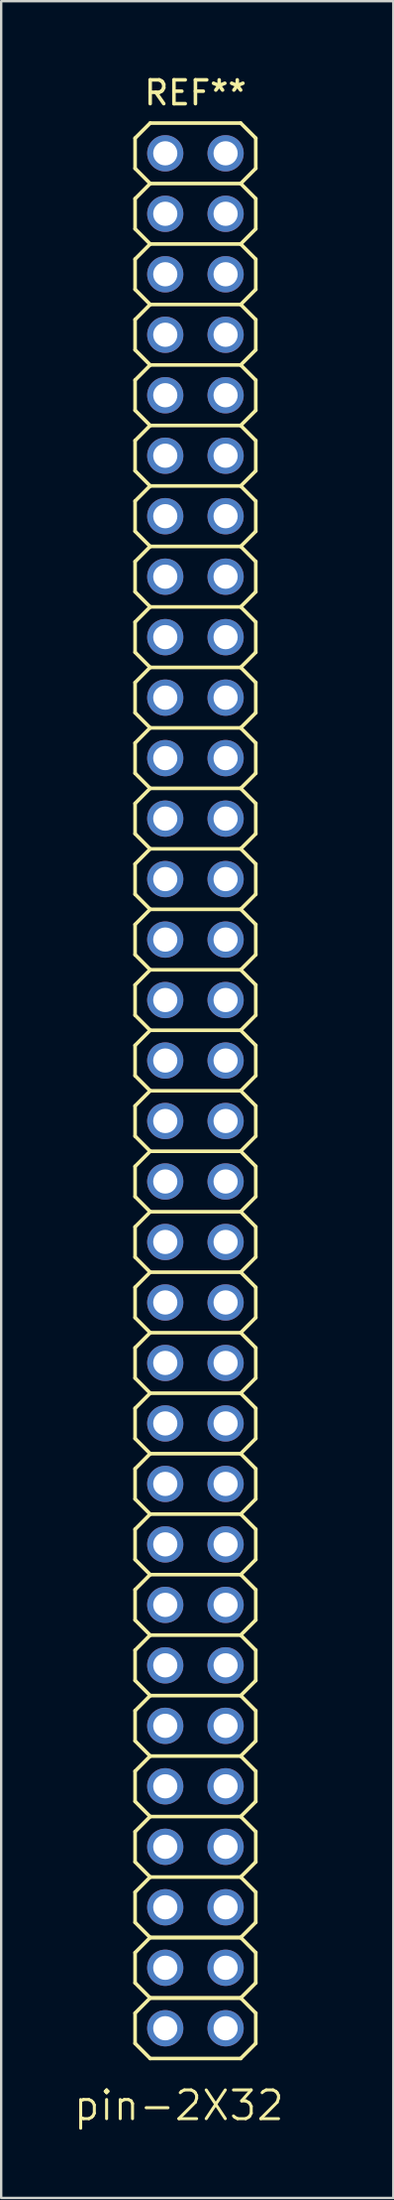
<source format=kicad_pcb>
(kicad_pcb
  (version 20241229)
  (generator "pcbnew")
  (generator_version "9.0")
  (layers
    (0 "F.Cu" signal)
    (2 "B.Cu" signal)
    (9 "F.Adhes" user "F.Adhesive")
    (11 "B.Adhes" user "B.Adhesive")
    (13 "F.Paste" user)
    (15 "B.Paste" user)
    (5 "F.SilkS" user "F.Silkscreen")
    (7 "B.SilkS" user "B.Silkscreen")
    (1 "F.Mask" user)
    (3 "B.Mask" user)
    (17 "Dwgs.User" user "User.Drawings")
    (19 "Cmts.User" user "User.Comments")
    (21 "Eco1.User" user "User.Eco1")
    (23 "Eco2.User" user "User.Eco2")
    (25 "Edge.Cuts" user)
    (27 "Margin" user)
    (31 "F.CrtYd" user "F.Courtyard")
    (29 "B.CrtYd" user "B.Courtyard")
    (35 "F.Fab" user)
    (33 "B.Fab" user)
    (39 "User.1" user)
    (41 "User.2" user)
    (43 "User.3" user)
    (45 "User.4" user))
  (footprint "pin-2X32"
    (layer "F.Cu")
    (at 10.257 17.358)
    (property "Reference" "pin-2X32" (at -1.27 67.31 180) (layer "F.SilkS") (effects (font (size 1.206 1.206) (thickness 0.127)) (justify right top)))
    (attr through_hole)
    (fp_line (start -7.62 -14.605) (end -7.62 -13.335) (stroke (width 0.152) (type solid)) (layer "F.SilkS"))
    (fp_line (start -7.62 -13.335) (end -6.985 -12.7) (stroke (width 0.152) (type solid)) (layer "F.SilkS"))
    (fp_line (start -7.62 -12.065) (end -7.62 -10.795) (stroke (width 0.152) (type solid)) (layer "F.SilkS"))
    (fp_line (start -7.62 -10.795) (end -6.985 -10.16) (stroke (width 0.152) (type solid)) (layer "F.SilkS"))
    (fp_line (start -7.62 -9.525) (end -7.62 -8.255) (stroke (width 0.152) (type solid)) (layer "F.SilkS"))
    (fp_line (start -7.62 -8.255) (end -6.985 -7.62) (stroke (width 0.152) (type solid)) (layer "F.SilkS"))
    (fp_line (start -7.62 -6.985) (end -7.62 -5.715) (stroke (width 0.152) (type solid)) (layer "F.SilkS"))
    (fp_line (start -7.62 -5.715) (end -6.985 -5.08) (stroke (width 0.152) (type solid)) (layer "F.SilkS"))
    (fp_line (start -7.62 -4.445) (end -7.62 -3.175) (stroke (width 0.152) (type solid)) (layer "F.SilkS"))
    (fp_line (start -7.62 -3.175) (end -6.985 -2.54) (stroke (width 0.152) (type solid)) (layer "F.SilkS"))
    (fp_line (start -7.62 -1.905) (end -7.62 -0.635) (stroke (width 0.152) (type solid)) (layer "F.SilkS"))
    (fp_line (start -7.62 -0.635) (end -6.985 0) (stroke (width 0.152) (type solid)) (layer "F.SilkS"))
    (fp_line (start -7.62 1.905) (end -7.62 0.635) (stroke (width 0.152) (type solid)) (layer "F.SilkS"))
    (fp_line (start -7.62 4.445) (end -7.62 3.175) (stroke (width 0.152) (type solid)) (layer "F.SilkS"))
    (fp_line (start -7.62 6.985) (end -7.62 5.715) (stroke (width 0.152) (type solid)) (layer "F.SilkS"))
    (fp_line (start -7.62 9.525) (end -7.62 8.255) (stroke (width 0.152) (type solid)) (layer "F.SilkS"))
    (fp_line (start -7.62 12.065) (end -7.62 10.795) (stroke (width 0.152) (type solid)) (layer "F.SilkS"))
    (fp_line (start -7.62 14.605) (end -7.62 13.335) (stroke (width 0.152) (type solid)) (layer "F.SilkS"))
    (fp_line (start -7.62 17.145) (end -7.62 15.875) (stroke (width 0.152) (type solid)) (layer "F.SilkS"))
    (fp_line (start -7.62 19.685) (end -7.62 18.415) (stroke (width 0.152) (type solid)) (layer "F.SilkS"))
    (fp_line (start -7.62 20.955) (end -7.62 22.225) (stroke (width 0.152) (type solid)) (layer "F.SilkS"))
    (fp_line (start -7.62 20.955) (end -6.985 20.32) (stroke (width 0.152) (type solid)) (layer "F.SilkS"))
    (fp_line (start -7.62 23.495) (end -7.62 24.765) (stroke (width 0.152) (type solid)) (layer "F.SilkS"))
    (fp_line (start -7.62 23.495) (end -6.985 22.86) (stroke (width 0.152) (type solid)) (layer "F.SilkS"))
    (fp_line (start -7.62 27.305) (end -7.62 26.035) (stroke (width 0.152) (type solid)) (layer "F.SilkS"))
    (fp_line (start -7.62 29.845) (end -7.62 28.575) (stroke (width 0.152) (type solid)) (layer "F.SilkS"))
    (fp_line (start -7.62 32.385) (end -7.62 31.115) (stroke (width 0.152) (type solid)) (layer "F.SilkS"))
    (fp_line (start -7.62 34.925) (end -7.62 33.655) (stroke (width 0.152) (type solid)) (layer "F.SilkS"))
    (fp_line (start -7.62 37.465) (end -7.62 36.195) (stroke (width 0.152) (type solid)) (layer "F.SilkS"))
    (fp_line (start -7.62 40.005) (end -7.62 38.735) (stroke (width 0.152) (type solid)) (layer "F.SilkS"))
    (fp_line (start -7.62 42.545) (end -7.62 41.275) (stroke (width 0.152) (type solid)) (layer "F.SilkS"))
    (fp_line (start -7.62 45.085) (end -7.62 43.815) (stroke (width 0.152) (type solid)) (layer "F.SilkS"))
    (fp_line (start -7.62 47.625) (end -7.62 46.355) (stroke (width 0.152) (type solid)) (layer "F.SilkS"))
    (fp_line (start -7.62 50.165) (end -7.62 48.895) (stroke (width 0.152) (type solid)) (layer "F.SilkS"))
    (fp_line (start -7.62 52.705) (end -7.62 51.435) (stroke (width 0.152) (type solid)) (layer "F.SilkS"))
    (fp_line (start -7.62 55.245) (end -7.62 53.975) (stroke (width 0.152) (type solid)) (layer "F.SilkS"))
    (fp_line (start -7.62 57.785) (end -7.62 56.515) (stroke (width 0.152) (type solid)) (layer "F.SilkS"))
    (fp_line (start -7.62 60.325) (end -7.62 59.055) (stroke (width 0.152) (type solid)) (layer "F.SilkS"))
    (fp_line (start -7.62 62.865) (end -7.62 61.595) (stroke (width 0.152) (type solid)) (layer "F.SilkS"))
    (fp_line (start -7.62 65.405) (end -7.62 64.135) (stroke (width 0.152) (type solid)) (layer "F.SilkS"))
    (fp_line (start -6.985 -15.24) (end -7.62 -14.605) (stroke (width 0.152) (type solid)) (layer "F.SilkS"))
    (fp_line (start -6.985 -15.24) (end -3.175 -15.24) (stroke (width 0.152) (type solid)) (layer "F.SilkS"))
    (fp_line (start -6.985 -12.7) (end -7.62 -12.065) (stroke (width 0.152) (type solid)) (layer "F.SilkS"))
    (fp_line (start -6.985 -10.16) (end -7.62 -9.525) (stroke (width 0.152) (type solid)) (layer "F.SilkS"))
    (fp_line (start -6.985 -7.62) (end -7.62 -6.985) (stroke (width 0.152) (type solid)) (layer "F.SilkS"))
    (fp_line (start -6.985 -5.08) (end -7.62 -4.445) (stroke (width 0.152) (type solid)) (layer "F.SilkS"))
    (fp_line (start -6.985 -2.54) (end -7.62 -1.905) (stroke (width 0.152) (type solid)) (layer "F.SilkS"))
    (fp_line (start -6.985 0) (end -7.62 0.635) (stroke (width 0.152) (type solid)) (layer "F.SilkS"))
    (fp_line (start -6.985 2.54) (end -7.62 1.905) (stroke (width 0.152) (type solid)) (layer "F.SilkS"))
    (fp_line (start -6.985 2.54) (end -7.62 3.175) (stroke (width 0.152) (type solid)) (layer "F.SilkS"))
    (fp_line (start -6.985 5.08) (end -7.62 4.445) (stroke (width 0.152) (type solid)) (layer "F.SilkS"))
    (fp_line (start -6.985 5.08) (end -7.62 5.715) (stroke (width 0.152) (type solid)) (layer "F.SilkS"))
    (fp_line (start -6.985 7.62) (end -7.62 6.985) (stroke (width 0.152) (type solid)) (layer "F.SilkS"))
    (fp_line (start -6.985 7.62) (end -7.62 8.255) (stroke (width 0.152) (type solid)) (layer "F.SilkS"))
    (fp_line (start -6.985 10.16) (end -7.62 9.525) (stroke (width 0.152) (type solid)) (layer "F.SilkS"))
    (fp_line (start -6.985 10.16) (end -7.62 10.795) (stroke (width 0.152) (type solid)) (layer "F.SilkS"))
    (fp_line (start -6.985 12.7) (end -7.62 12.065) (stroke (width 0.152) (type solid)) (layer "F.SilkS"))
    (fp_line (start -6.985 12.7) (end -7.62 13.335) (stroke (width 0.152) (type solid)) (layer "F.SilkS"))
    (fp_line (start -6.985 15.24) (end -7.62 14.605) (stroke (width 0.152) (type solid)) (layer "F.SilkS"))
    (fp_line (start -6.985 15.24) (end -7.62 15.875) (stroke (width 0.152) (type solid)) (layer "F.SilkS"))
    (fp_line (start -6.985 17.78) (end -7.62 17.145) (stroke (width 0.152) (type solid)) (layer "F.SilkS"))
    (fp_line (start -6.985 17.78) (end -7.62 18.415) (stroke (width 0.152) (type solid)) (layer "F.SilkS"))
    (fp_line (start -6.985 20.32) (end -7.62 19.685) (stroke (width 0.152) (type solid)) (layer "F.SilkS"))
    (fp_line (start -6.985 22.86) (end -7.62 22.225) (stroke (width 0.152) (type solid)) (layer "F.SilkS"))
    (fp_line (start -6.985 25.4) (end -7.62 24.765) (stroke (width 0.152) (type solid)) (layer "F.SilkS"))
    (fp_line (start -6.985 25.4) (end -7.62 26.035) (stroke (width 0.152) (type solid)) (layer "F.SilkS"))
    (fp_line (start -6.985 27.94) (end -7.62 27.305) (stroke (width 0.152) (type solid)) (layer "F.SilkS"))
    (fp_line (start -6.985 27.94) (end -7.62 28.575) (stroke (width 0.152) (type solid)) (layer "F.SilkS"))
    (fp_line (start -6.985 30.48) (end -7.62 29.845) (stroke (width 0.152) (type solid)) (layer "F.SilkS"))
    (fp_line (start -6.985 30.48) (end -7.62 31.115) (stroke (width 0.152) (type solid)) (layer "F.SilkS"))
    (fp_line (start -6.985 33.02) (end -7.62 32.385) (stroke (width 0.152) (type solid)) (layer "F.SilkS"))
    (fp_line (start -6.985 33.02) (end -7.62 33.655) (stroke (width 0.152) (type solid)) (layer "F.SilkS"))
    (fp_line (start -6.985 35.56) (end -7.62 34.925) (stroke (width 0.152) (type solid)) (layer "F.SilkS"))
    (fp_line (start -6.985 35.56) (end -7.62 36.195) (stroke (width 0.152) (type solid)) (layer "F.SilkS"))
    (fp_line (start -6.985 38.1) (end -7.62 37.465) (stroke (width 0.152) (type solid)) (layer "F.SilkS"))
    (fp_line (start -6.985 38.1) (end -7.62 38.735) (stroke (width 0.152) (type solid)) (layer "F.SilkS"))
    (fp_line (start -6.985 40.64) (end -7.62 40.005) (stroke (width 0.152) (type solid)) (layer "F.SilkS"))
    (fp_line (start -6.985 40.64) (end -7.62 41.275) (stroke (width 0.152) (type solid)) (layer "F.SilkS"))
    (fp_line (start -6.985 43.18) (end -7.62 42.545) (stroke (width 0.152) (type solid)) (layer "F.SilkS"))
    (fp_line (start -6.985 43.18) (end -7.62 43.815) (stroke (width 0.152) (type solid)) (layer "F.SilkS"))
    (fp_line (start -6.985 45.72) (end -7.62 45.085) (stroke (width 0.152) (type solid)) (layer "F.SilkS"))
    (fp_line (start -6.985 45.72) (end -7.62 46.355) (stroke (width 0.152) (type solid)) (layer "F.SilkS"))
    (fp_line (start -6.985 48.26) (end -7.62 47.625) (stroke (width 0.152) (type solid)) (layer "F.SilkS"))
    (fp_line (start -6.985 48.26) (end -7.62 48.895) (stroke (width 0.152) (type solid)) (layer "F.SilkS"))
    (fp_line (start -6.985 50.8) (end -7.62 50.165) (stroke (width 0.152) (type solid)) (layer "F.SilkS"))
    (fp_line (start -6.985 50.8) (end -7.62 51.435) (stroke (width 0.152) (type solid)) (layer "F.SilkS"))
    (fp_line (start -6.985 53.34) (end -7.62 52.705) (stroke (width 0.152) (type solid)) (layer "F.SilkS"))
    (fp_line (start -6.985 53.34) (end -7.62 53.975) (stroke (width 0.152) (type solid)) (layer "F.SilkS"))
    (fp_line (start -6.985 55.88) (end -7.62 55.245) (stroke (width 0.152) (type solid)) (layer "F.SilkS"))
    (fp_line (start -6.985 55.88) (end -7.62 56.515) (stroke (width 0.152) (type solid)) (layer "F.SilkS"))
    (fp_line (start -6.985 58.42) (end -7.62 57.785) (stroke (width 0.152) (type solid)) (layer "F.SilkS"))
    (fp_line (start -6.985 58.42) (end -7.62 59.055) (stroke (width 0.152) (type solid)) (layer "F.SilkS"))
    (fp_line (start -6.985 60.96) (end -7.62 60.325) (stroke (width 0.152) (type solid)) (layer "F.SilkS"))
    (fp_line (start -6.985 60.96) (end -7.62 61.595) (stroke (width 0.152) (type solid)) (layer "F.SilkS"))
    (fp_line (start -6.985 63.5) (end -7.62 62.865) (stroke (width 0.152) (type solid)) (layer "F.SilkS"))
    (fp_line (start -6.985 63.5) (end -7.62 64.135) (stroke (width 0.152) (type solid)) (layer "F.SilkS"))
    (fp_line (start -6.985 66.04) (end -7.62 65.405) (stroke (width 0.152) (type solid)) (layer "F.SilkS"))
    (fp_line (start -3.175 -15.24) (end -2.54 -14.605) (stroke (width 0.152) (type solid)) (layer "F.SilkS"))
    (fp_line (start -3.175 -12.7) (end -6.985 -12.7) (stroke (width 0.152) (type solid)) (layer "F.SilkS"))
    (fp_line (start -3.175 -12.7) (end -2.54 -12.065) (stroke (width 0.152) (type solid)) (layer "F.SilkS"))
    (fp_line (start -3.175 -10.16) (end -6.985 -10.16) (stroke (width 0.152) (type solid)) (layer "F.SilkS"))
    (fp_line (start -3.175 -10.16) (end -2.54 -9.525) (stroke (width 0.152) (type solid)) (layer "F.SilkS"))
    (fp_line (start -3.175 -7.62) (end -6.985 -7.62) (stroke (width 0.152) (type solid)) (layer "F.SilkS"))
    (fp_line (start -3.175 -7.62) (end -2.54 -6.985) (stroke (width 0.152) (type solid)) (layer "F.SilkS"))
    (fp_line (start -3.175 -5.08) (end -6.985 -5.08) (stroke (width 0.152) (type solid)) (layer "F.SilkS"))
    (fp_line (start -3.175 -5.08) (end -2.54 -4.445) (stroke (width 0.152) (type solid)) (layer "F.SilkS"))
    (fp_line (start -3.175 -2.54) (end -6.985 -2.54) (stroke (width 0.152) (type solid)) (layer "F.SilkS"))
    (fp_line (start -3.175 -2.54) (end -2.54 -1.905) (stroke (width 0.152) (type solid)) (layer "F.SilkS"))
    (fp_line (start -3.175 0) (end -6.985 0) (stroke (width 0.152) (type solid)) (layer "F.SilkS"))
    (fp_line (start -3.175 0) (end -2.54 0.635) (stroke (width 0.152) (type solid)) (layer "F.SilkS"))
    (fp_line (start -3.175 2.54) (end -6.985 2.54) (stroke (width 0.152) (type solid)) (layer "F.SilkS"))
    (fp_line (start -3.175 2.54) (end -2.54 3.175) (stroke (width 0.152) (type solid)) (layer "F.SilkS"))
    (fp_line (start -3.175 5.08) (end -6.985 5.08) (stroke (width 0.152) (type solid)) (layer "F.SilkS"))
    (fp_line (start -3.175 5.08) (end -2.54 5.715) (stroke (width 0.152) (type solid)) (layer "F.SilkS"))
    (fp_line (start -3.175 7.62) (end -6.985 7.62) (stroke (width 0.152) (type solid)) (layer "F.SilkS"))
    (fp_line (start -3.175 7.62) (end -2.54 8.255) (stroke (width 0.152) (type solid)) (layer "F.SilkS"))
    (fp_line (start -3.175 10.16) (end -6.985 10.16) (stroke (width 0.152) (type solid)) (layer "F.SilkS"))
    (fp_line (start -3.175 10.16) (end -2.54 10.795) (stroke (width 0.152) (type solid)) (layer "F.SilkS"))
    (fp_line (start -3.175 12.7) (end -6.985 12.7) (stroke (width 0.152) (type solid)) (layer "F.SilkS"))
    (fp_line (start -3.175 12.7) (end -2.54 13.335) (stroke (width 0.152) (type solid)) (layer "F.SilkS"))
    (fp_line (start -3.175 15.24) (end -6.985 15.24) (stroke (width 0.152) (type solid)) (layer "F.SilkS"))
    (fp_line (start -3.175 15.24) (end -2.54 14.605) (stroke (width 0.152) (type solid)) (layer "F.SilkS"))
    (fp_line (start -3.175 15.24) (end -2.54 15.875) (stroke (width 0.152) (type solid)) (layer "F.SilkS"))
    (fp_line (start -3.175 17.78) (end -6.985 17.78) (stroke (width 0.152) (type solid)) (layer "F.SilkS"))
    (fp_line (start -3.175 17.78) (end -2.54 18.415) (stroke (width 0.152) (type solid)) (layer "F.SilkS"))
    (fp_line (start -3.175 20.32) (end -6.985 20.32) (stroke (width 0.152) (type solid)) (layer "F.SilkS"))
    (fp_line (start -3.175 20.32) (end -2.54 20.955) (stroke (width 0.152) (type solid)) (layer "F.SilkS"))
    (fp_line (start -3.175 22.86) (end -6.985 22.86) (stroke (width 0.152) (type solid)) (layer "F.SilkS"))
    (fp_line (start -3.175 22.86) (end -2.54 23.495) (stroke (width 0.152) (type solid)) (layer "F.SilkS"))
    (fp_line (start -3.175 25.4) (end -6.985 25.4) (stroke (width 0.152) (type solid)) (layer "F.SilkS"))
    (fp_line (start -3.175 25.4) (end -2.54 26.035) (stroke (width 0.152) (type solid)) (layer "F.SilkS"))
    (fp_line (start -3.175 27.94) (end -6.985 27.94) (stroke (width 0.152) (type solid)) (layer "F.SilkS"))
    (fp_line (start -3.175 27.94) (end -2.54 28.575) (stroke (width 0.152) (type solid)) (layer "F.SilkS"))
    (fp_line (start -3.175 30.48) (end -6.985 30.48) (stroke (width 0.152) (type solid)) (layer "F.SilkS"))
    (fp_line (start -3.175 30.48) (end -2.54 31.115) (stroke (width 0.152) (type solid)) (layer "F.SilkS"))
    (fp_line (start -3.175 33.02) (end -6.985 33.02) (stroke (width 0.152) (type solid)) (layer "F.SilkS"))
    (fp_line (start -3.175 33.02) (end -2.54 33.655) (stroke (width 0.152) (type solid)) (layer "F.SilkS"))
    (fp_line (start -3.175 35.56) (end -6.985 35.56) (stroke (width 0.152) (type solid)) (layer "F.SilkS"))
    (fp_line (start -3.175 35.56) (end -2.54 36.195) (stroke (width 0.152) (type solid)) (layer "F.SilkS"))
    (fp_line (start -3.175 38.1) (end -6.985 38.1) (stroke (width 0.152) (type solid)) (layer "F.SilkS"))
    (fp_line (start -3.175 38.1) (end -2.54 38.735) (stroke (width 0.152) (type solid)) (layer "F.SilkS"))
    (fp_line (start -3.175 40.64) (end -6.985 40.64) (stroke (width 0.152) (type solid)) (layer "F.SilkS"))
    (fp_line (start -3.175 40.64) (end -2.54 41.275) (stroke (width 0.152) (type solid)) (layer "F.SilkS"))
    (fp_line (start -3.175 43.18) (end -6.985 43.18) (stroke (width 0.152) (type solid)) (layer "F.SilkS"))
    (fp_line (start -3.175 43.18) (end -2.54 43.815) (stroke (width 0.152) (type solid)) (layer "F.SilkS"))
    (fp_line (start -3.175 45.72) (end -6.985 45.72) (stroke (width 0.152) (type solid)) (layer "F.SilkS"))
    (fp_line (start -3.175 45.72) (end -2.54 46.355) (stroke (width 0.152) (type solid)) (layer "F.SilkS"))
    (fp_line (start -3.175 48.26) (end -6.985 48.26) (stroke (width 0.152) (type solid)) (layer "F.SilkS"))
    (fp_line (start -3.175 48.26) (end -2.54 48.895) (stroke (width 0.152) (type solid)) (layer "F.SilkS"))
    (fp_line (start -3.175 50.8) (end -6.985 50.8) (stroke (width 0.152) (type solid)) (layer "F.SilkS"))
    (fp_line (start -3.175 50.8) (end -2.54 51.435) (stroke (width 0.152) (type solid)) (layer "F.SilkS"))
    (fp_line (start -3.175 53.34) (end -6.985 53.34) (stroke (width 0.152) (type solid)) (layer "F.SilkS"))
    (fp_line (start -3.175 53.34) (end -2.54 53.975) (stroke (width 0.152) (type solid)) (layer "F.SilkS"))
    (fp_line (start -3.175 55.88) (end -6.985 55.88) (stroke (width 0.152) (type solid)) (layer "F.SilkS"))
    (fp_line (start -3.175 55.88) (end -2.54 56.515) (stroke (width 0.152) (type solid)) (layer "F.SilkS"))
    (fp_line (start -3.175 58.42) (end -6.985 58.42) (stroke (width 0.152) (type solid)) (layer "F.SilkS"))
    (fp_line (start -3.175 58.42) (end -2.54 59.055) (stroke (width 0.152) (type solid)) (layer "F.SilkS"))
    (fp_line (start -3.175 60.96) (end -6.985 60.96) (stroke (width 0.152) (type solid)) (layer "F.SilkS"))
    (fp_line (start -3.175 60.96) (end -6.985 60.96) (stroke (width 0.152) (type solid)) (layer "F.SilkS"))
    (fp_line (start -3.175 60.96) (end -2.54 61.595) (stroke (width 0.152) (type solid)) (layer "F.SilkS"))
    (fp_line (start -3.175 63.5) (end -6.985 63.5) (stroke (width 0.152) (type solid)) (layer "F.SilkS"))
    (fp_line (start -3.175 63.5) (end -6.985 63.5) (stroke (width 0.152) (type solid)) (layer "F.SilkS"))
    (fp_line (start -3.175 63.5) (end -2.54 64.135) (stroke (width 0.152) (type solid)) (layer "F.SilkS"))
    (fp_line (start -3.175 66.04) (end -6.985 66.04) (stroke (width 0.152) (type solid)) (layer "F.SilkS"))
    (fp_line (start -2.54 -14.605) (end -2.54 -13.335) (stroke (width 0.152) (type solid)) (layer "F.SilkS"))
    (fp_line (start -2.54 -13.335) (end -3.175 -12.7) (stroke (width 0.152) (type solid)) (layer "F.SilkS"))
    (fp_line (start -2.54 -12.065) (end -2.54 -10.795) (stroke (width 0.152) (type solid)) (layer "F.SilkS"))
    (fp_line (start -2.54 -10.795) (end -3.175 -10.16) (stroke (width 0.152) (type solid)) (layer "F.SilkS"))
    (fp_line (start -2.54 -9.525) (end -2.54 -8.255) (stroke (width 0.152) (type solid)) (layer "F.SilkS"))
    (fp_line (start -2.54 -8.255) (end -3.175 -7.62) (stroke (width 0.152) (type solid)) (layer "F.SilkS"))
    (fp_line (start -2.54 -6.985) (end -2.54 -5.715) (stroke (width 0.152) (type solid)) (layer "F.SilkS"))
    (fp_line (start -2.54 -5.715) (end -3.175 -5.08) (stroke (width 0.152) (type solid)) (layer "F.SilkS"))
    (fp_line (start -2.54 -4.445) (end -2.54 -3.175) (stroke (width 0.152) (type solid)) (layer "F.SilkS"))
    (fp_line (start -2.54 -3.175) (end -3.175 -2.54) (stroke (width 0.152) (type solid)) (layer "F.SilkS"))
    (fp_line (start -2.54 -1.905) (end -2.54 -0.635) (stroke (width 0.152) (type solid)) (layer "F.SilkS"))
    (fp_line (start -2.54 -0.635) (end -3.175 0) (stroke (width 0.152) (type solid)) (layer "F.SilkS"))
    (fp_line (start -2.54 0.635) (end -2.54 1.905) (stroke (width 0.152) (type solid)) (layer "F.SilkS"))
    (fp_line (start -2.54 1.905) (end -3.175 2.54) (stroke (width 0.152) (type solid)) (layer "F.SilkS"))
    (fp_line (start -2.54 3.175) (end -2.54 4.445) (stroke (width 0.152) (type solid)) (layer "F.SilkS"))
    (fp_line (start -2.54 4.445) (end -3.175 5.08) (stroke (width 0.152) (type solid)) (layer "F.SilkS"))
    (fp_line (start -2.54 5.715) (end -2.54 6.985) (stroke (width 0.152) (type solid)) (layer "F.SilkS"))
    (fp_line (start -2.54 6.985) (end -3.175 7.62) (stroke (width 0.152) (type solid)) (layer "F.SilkS"))
    (fp_line (start -2.54 8.255) (end -2.54 9.525) (stroke (width 0.152) (type solid)) (layer "F.SilkS"))
    (fp_line (start -2.54 9.525) (end -3.175 10.16) (stroke (width 0.152) (type solid)) (layer "F.SilkS"))
    (fp_line (start -2.54 10.795) (end -2.54 12.065) (stroke (width 0.152) (type solid)) (layer "F.SilkS"))
    (fp_line (start -2.54 12.065) (end -3.175 12.7) (stroke (width 0.152) (type solid)) (layer "F.SilkS"))
    (fp_line (start -2.54 13.335) (end -2.54 14.605) (stroke (width 0.152) (type solid)) (layer "F.SilkS"))
    (fp_line (start -2.54 17.145) (end -3.175 17.78) (stroke (width 0.152) (type solid)) (layer "F.SilkS"))
    (fp_line (start -2.54 17.145) (end -2.54 15.875) (stroke (width 0.152) (type solid)) (layer "F.SilkS"))
    (fp_line (start -2.54 19.685) (end -3.175 20.32) (stroke (width 0.152) (type solid)) (layer "F.SilkS"))
    (fp_line (start -2.54 19.685) (end -2.54 18.415) (stroke (width 0.152) (type solid)) (layer "F.SilkS"))
    (fp_line (start -2.54 22.225) (end -3.175 22.86) (stroke (width 0.152) (type solid)) (layer "F.SilkS"))
    (fp_line (start -2.54 22.225) (end -2.54 20.955) (stroke (width 0.152) (type solid)) (layer "F.SilkS"))
    (fp_line (start -2.54 24.765) (end -3.175 25.4) (stroke (width 0.152) (type solid)) (layer "F.SilkS"))
    (fp_line (start -2.54 24.765) (end -2.54 23.495) (stroke (width 0.152) (type solid)) (layer "F.SilkS"))
    (fp_line (start -2.54 27.305) (end -3.175 27.94) (stroke (width 0.152) (type solid)) (layer "F.SilkS"))
    (fp_line (start -2.54 27.305) (end -2.54 26.035) (stroke (width 0.152) (type solid)) (layer "F.SilkS"))
    (fp_line (start -2.54 29.845) (end -3.175 30.48) (stroke (width 0.152) (type solid)) (layer "F.SilkS"))
    (fp_line (start -2.54 29.845) (end -2.54 28.575) (stroke (width 0.152) (type solid)) (layer "F.SilkS"))
    (fp_line (start -2.54 32.385) (end -3.175 33.02) (stroke (width 0.152) (type solid)) (layer "F.SilkS"))
    (fp_line (start -2.54 32.385) (end -2.54 31.115) (stroke (width 0.152) (type solid)) (layer "F.SilkS"))
    (fp_line (start -2.54 34.925) (end -3.175 35.56) (stroke (width 0.152) (type solid)) (layer "F.SilkS"))
    (fp_line (start -2.54 34.925) (end -2.54 33.655) (stroke (width 0.152) (type solid)) (layer "F.SilkS"))
    (fp_line (start -2.54 37.465) (end -3.175 38.1) (stroke (width 0.152) (type solid)) (layer "F.SilkS"))
    (fp_line (start -2.54 37.465) (end -2.54 36.195) (stroke (width 0.152) (type solid)) (layer "F.SilkS"))
    (fp_line (start -2.54 40.005) (end -3.175 40.64) (stroke (width 0.152) (type solid)) (layer "F.SilkS"))
    (fp_line (start -2.54 40.005) (end -2.54 38.735) (stroke (width 0.152) (type solid)) (layer "F.SilkS"))
    (fp_line (start -2.54 42.545) (end -3.175 43.18) (stroke (width 0.152) (type solid)) (layer "F.SilkS"))
    (fp_line (start -2.54 42.545) (end -2.54 41.275) (stroke (width 0.152) (type solid)) (layer "F.SilkS"))
    (fp_line (start -2.54 45.085) (end -3.175 45.72) (stroke (width 0.152) (type solid)) (layer "F.SilkS"))
    (fp_line (start -2.54 45.085) (end -2.54 43.815) (stroke (width 0.152) (type solid)) (layer "F.SilkS"))
    (fp_line (start -2.54 47.625) (end -3.175 48.26) (stroke (width 0.152) (type solid)) (layer "F.SilkS"))
    (fp_line (start -2.54 47.625) (end -2.54 46.355) (stroke (width 0.152) (type solid)) (layer "F.SilkS"))
    (fp_line (start -2.54 50.165) (end -3.175 50.8) (stroke (width 0.152) (type solid)) (layer "F.SilkS"))
    (fp_line (start -2.54 50.165) (end -2.54 48.895) (stroke (width 0.152) (type solid)) (layer "F.SilkS"))
    (fp_line (start -2.54 52.705) (end -3.175 53.34) (stroke (width 0.152) (type solid)) (layer "F.SilkS"))
    (fp_line (start -2.54 52.705) (end -2.54 51.435) (stroke (width 0.152) (type solid)) (layer "F.SilkS"))
    (fp_line (start -2.54 55.245) (end -3.175 55.88) (stroke (width 0.152) (type solid)) (layer "F.SilkS"))
    (fp_line (start -2.54 55.245) (end -2.54 53.975) (stroke (width 0.152) (type solid)) (layer "F.SilkS"))
    (fp_line (start -2.54 57.785) (end -3.175 58.42) (stroke (width 0.152) (type solid)) (layer "F.SilkS"))
    (fp_line (start -2.54 57.785) (end -2.54 56.515) (stroke (width 0.152) (type solid)) (layer "F.SilkS"))
    (fp_line (start -2.54 60.325) (end -3.175 60.96) (stroke (width 0.152) (type solid)) (layer "F.SilkS"))
    (fp_line (start -2.54 60.325) (end -2.54 59.055) (stroke (width 0.152) (type solid)) (layer "F.SilkS"))
    (fp_line (start -2.54 62.865) (end -3.175 63.5) (stroke (width 0.152) (type solid)) (layer "F.SilkS"))
    (fp_line (start -2.54 62.865) (end -2.54 61.595) (stroke (width 0.152) (type solid)) (layer "F.SilkS"))
    (fp_line (start -2.54 65.405) (end -3.175 66.04) (stroke (width 0.152) (type solid)) (layer "F.SilkS"))
    (fp_line (start -2.54 65.405) (end -2.54 64.135) (stroke (width 0.152) (type solid)) (layer "F.SilkS"))
    (fp_poly (pts (xy -6.604 -14.224) (xy -6.604 -13.716) (xy -6.096 -13.716) (xy -6.096 -14.224)) (stroke (width 0.1) (type solid)) (fill no) (layer "F.Fab"))
    (fp_poly (pts (xy -6.604 -11.684) (xy -6.604 -11.176) (xy -6.096 -11.176) (xy -6.096 -11.684)) (stroke (width 0.1) (type solid)) (fill no) (layer "F.Fab"))
    (fp_poly (pts (xy -6.604 -9.144) (xy -6.604 -8.636) (xy -6.096 -8.636) (xy -6.096 -9.144)) (stroke (width 0.1) (type solid)) (fill no) (layer "F.Fab"))
    (fp_poly (pts (xy -6.604 -6.604) (xy -6.604 -6.096) (xy -6.096 -6.096) (xy -6.096 -6.604)) (stroke (width 0.1) (type solid)) (fill no) (layer "F.Fab"))
    (fp_poly (pts (xy -6.604 -4.064) (xy -6.604 -3.556) (xy -6.096 -3.556) (xy -6.096 -4.064)) (stroke (width 0.1) (type solid)) (fill no) (layer "F.Fab"))
    (fp_poly (pts (xy -6.604 -1.524) (xy -6.604 -1.016) (xy -6.096 -1.016) (xy -6.096 -1.524)) (stroke (width 0.1) (type solid)) (fill no) (layer "F.Fab"))
    (fp_poly (pts (xy -6.604 1.016) (xy -6.604 1.524) (xy -6.096 1.524) (xy -6.096 1.016)) (stroke (width 0.1) (type solid)) (fill no) (layer "F.Fab"))
    (fp_poly (pts (xy -6.604 3.556) (xy -6.604 4.064) (xy -6.096 4.064) (xy -6.096 3.556)) (stroke (width 0.1) (type solid)) (fill no) (layer "F.Fab"))
    (fp_poly (pts (xy -6.604 6.096) (xy -6.604 6.604) (xy -6.096 6.604) (xy -6.096 6.096)) (stroke (width 0.1) (type solid)) (fill no) (layer "F.Fab"))
    (fp_poly (pts (xy -6.604 8.636) (xy -6.604 9.144) (xy -6.096 9.144) (xy -6.096 8.636)) (stroke (width 0.1) (type solid)) (fill no) (layer "F.Fab"))
    (fp_poly (pts (xy -6.604 11.176) (xy -6.604 11.684) (xy -6.096 11.684) (xy -6.096 11.176)) (stroke (width 0.1) (type solid)) (fill no) (layer "F.Fab"))
    (fp_poly (pts (xy -6.604 13.716) (xy -6.604 14.224) (xy -6.096 14.224) (xy -6.096 13.716)) (stroke (width 0.1) (type solid)) (fill no) (layer "F.Fab"))
    (fp_poly (pts (xy -6.604 16.256) (xy -6.604 16.764) (xy -6.096 16.764) (xy -6.096 16.256)) (stroke (width 0.1) (type solid)) (fill no) (layer "F.Fab"))
    (fp_poly (pts (xy -6.604 18.796) (xy -6.604 19.304) (xy -6.096 19.304) (xy -6.096 18.796)) (stroke (width 0.1) (type solid)) (fill no) (layer "F.Fab"))
    (fp_poly (pts (xy -6.604 21.336) (xy -6.604 21.844) (xy -6.096 21.844) (xy -6.096 21.336)) (stroke (width 0.1) (type solid)) (fill no) (layer "F.Fab"))
    (fp_poly (pts (xy -6.604 23.876) (xy -6.604 24.384) (xy -6.096 24.384) (xy -6.096 23.876)) (stroke (width 0.1) (type solid)) (fill no) (layer "F.Fab"))
    (fp_poly (pts (xy -6.604 26.416) (xy -6.604 26.924) (xy -6.096 26.924) (xy -6.096 26.416)) (stroke (width 0.1) (type solid)) (fill no) (layer "F.Fab"))
    (fp_poly (pts (xy -6.604 28.956) (xy -6.604 29.464) (xy -6.096 29.464) (xy -6.096 28.956)) (stroke (width 0.1) (type solid)) (fill no) (layer "F.Fab"))
    (fp_poly (pts (xy -6.604 31.496) (xy -6.604 32.004) (xy -6.096 32.004) (xy -6.096 31.496)) (stroke (width 0.1) (type solid)) (fill no) (layer "F.Fab"))
    (fp_poly (pts (xy -6.604 34.036) (xy -6.604 34.544) (xy -6.096 34.544) (xy -6.096 34.036)) (stroke (width 0.1) (type solid)) (fill no) (layer "F.Fab"))
    (fp_poly (pts (xy -6.604 36.576) (xy -6.604 37.084) (xy -6.096 37.084) (xy -6.096 36.576)) (stroke (width 0.1) (type solid)) (fill no) (layer "F.Fab"))
    (fp_poly (pts (xy -6.604 39.116) (xy -6.604 39.624) (xy -6.096 39.624) (xy -6.096 39.116)) (stroke (width 0.1) (type solid)) (fill no) (layer "F.Fab"))
    (fp_poly (pts (xy -6.604 41.656) (xy -6.604 42.164) (xy -6.096 42.164) (xy -6.096 41.656)) (stroke (width 0.1) (type solid)) (fill no) (layer "F.Fab"))
    (fp_poly (pts (xy -6.604 44.196) (xy -6.604 44.704) (xy -6.096 44.704) (xy -6.096 44.196)) (stroke (width 0.1) (type solid)) (fill no) (layer "F.Fab"))
    (fp_poly (pts (xy -6.604 46.736) (xy -6.604 47.244) (xy -6.096 47.244) (xy -6.096 46.736)) (stroke (width 0.1) (type solid)) (fill no) (layer "F.Fab"))
    (fp_poly (pts (xy -6.604 49.276) (xy -6.604 49.784) (xy -6.096 49.784) (xy -6.096 49.276)) (stroke (width 0.1) (type solid)) (fill no) (layer "F.Fab"))
    (fp_poly (pts (xy -6.604 51.816) (xy -6.604 52.324) (xy -6.096 52.324) (xy -6.096 51.816)) (stroke (width 0.1) (type solid)) (fill no) (layer "F.Fab"))
    (fp_poly (pts (xy -6.604 54.356) (xy -6.604 54.864) (xy -6.096 54.864) (xy -6.096 54.356)) (stroke (width 0.1) (type solid)) (fill no) (layer "F.Fab"))
    (fp_poly (pts (xy -6.604 56.896) (xy -6.604 57.404) (xy -6.096 57.404) (xy -6.096 56.896)) (stroke (width 0.1) (type solid)) (fill no) (layer "F.Fab"))
    (fp_poly (pts (xy -6.604 59.436) (xy -6.604 59.944) (xy -6.096 59.944) (xy -6.096 59.436)) (stroke (width 0.1) (type solid)) (fill no) (layer "F.Fab"))
    (fp_poly (pts (xy -6.604 61.976) (xy -6.604 62.484) (xy -6.096 62.484) (xy -6.096 61.976)) (stroke (width 0.1) (type solid)) (fill no) (layer "F.Fab"))
    (fp_poly (pts (xy -6.604 64.516) (xy -6.604 65.024) (xy -6.096 65.024) (xy -6.096 64.516)) (stroke (width 0.1) (type solid)) (fill no) (layer "F.Fab"))
    (fp_poly (pts (xy -4.064 -14.224) (xy -4.064 -13.716) (xy -3.556 -13.716) (xy -3.556 -14.224)) (stroke (width 0.1) (type solid)) (fill no) (layer "F.Fab"))
    (fp_poly (pts (xy -4.064 -11.684) (xy -4.064 -11.176) (xy -3.556 -11.176) (xy -3.556 -11.684)) (stroke (width 0.1) (type solid)) (fill no) (layer "F.Fab"))
    (fp_poly (pts (xy -4.064 -9.144) (xy -4.064 -8.636) (xy -3.556 -8.636) (xy -3.556 -9.144)) (stroke (width 0.1) (type solid)) (fill no) (layer "F.Fab"))
    (fp_poly (pts (xy -4.064 -6.604) (xy -4.064 -6.096) (xy -3.556 -6.096) (xy -3.556 -6.604)) (stroke (width 0.1) (type solid)) (fill no) (layer "F.Fab"))
    (fp_poly (pts (xy -4.064 -4.064) (xy -4.064 -3.556) (xy -3.556 -3.556) (xy -3.556 -4.064)) (stroke (width 0.1) (type solid)) (fill no) (layer "F.Fab"))
    (fp_poly (pts (xy -4.064 -1.524) (xy -4.064 -1.016) (xy -3.556 -1.016) (xy -3.556 -1.524)) (stroke (width 0.1) (type solid)) (fill no) (layer "F.Fab"))
    (fp_poly (pts (xy -4.064 1.016) (xy -4.064 1.524) (xy -3.556 1.524) (xy -3.556 1.016)) (stroke (width 0.1) (type solid)) (fill no) (layer "F.Fab"))
    (fp_poly (pts (xy -4.064 3.556) (xy -4.064 4.064) (xy -3.556 4.064) (xy -3.556 3.556)) (stroke (width 0.1) (type solid)) (fill no) (layer "F.Fab"))
    (fp_poly (pts (xy -4.064 6.096) (xy -4.064 6.604) (xy -3.556 6.604) (xy -3.556 6.096)) (stroke (width 0.1) (type solid)) (fill no) (layer "F.Fab"))
    (fp_poly (pts (xy -4.064 8.636) (xy -4.064 9.144) (xy -3.556 9.144) (xy -3.556 8.636)) (stroke (width 0.1) (type solid)) (fill no) (layer "F.Fab"))
    (fp_poly (pts (xy -4.064 11.176) (xy -4.064 11.684) (xy -3.556 11.684) (xy -3.556 11.176)) (stroke (width 0.1) (type solid)) (fill no) (layer "F.Fab"))
    (fp_poly (pts (xy -4.064 13.716) (xy -4.064 14.224) (xy -3.556 14.224) (xy -3.556 13.716)) (stroke (width 0.1) (type solid)) (fill no) (layer "F.Fab"))
    (fp_poly (pts (xy -4.064 16.256) (xy -4.064 16.764) (xy -3.556 16.764) (xy -3.556 16.256)) (stroke (width 0.1) (type solid)) (fill no) (layer "F.Fab"))
    (fp_poly (pts (xy -4.064 18.796) (xy -4.064 19.304) (xy -3.556 19.304) (xy -3.556 18.796)) (stroke (width 0.1) (type solid)) (fill no) (layer "F.Fab"))
    (fp_poly (pts (xy -4.064 21.336) (xy -4.064 21.844) (xy -3.556 21.844) (xy -3.556 21.336)) (stroke (width 0.1) (type solid)) (fill no) (layer "F.Fab"))
    (fp_poly (pts (xy -4.064 23.876) (xy -4.064 24.384) (xy -3.556 24.384) (xy -3.556 23.876)) (stroke (width 0.1) (type solid)) (fill no) (layer "F.Fab"))
    (fp_poly (pts (xy -4.064 26.416) (xy -4.064 26.924) (xy -3.556 26.924) (xy -3.556 26.416)) (stroke (width 0.1) (type solid)) (fill no) (layer "F.Fab"))
    (fp_poly (pts (xy -4.064 28.956) (xy -4.064 29.464) (xy -3.556 29.464) (xy -3.556 28.956)) (stroke (width 0.1) (type solid)) (fill no) (layer "F.Fab"))
    (fp_poly (pts (xy -4.064 31.496) (xy -4.064 32.004) (xy -3.556 32.004) (xy -3.556 31.496)) (stroke (width 0.1) (type solid)) (fill no) (layer "F.Fab"))
    (fp_poly (pts (xy -4.064 34.036) (xy -4.064 34.544) (xy -3.556 34.544) (xy -3.556 34.036)) (stroke (width 0.1) (type solid)) (fill no) (layer "F.Fab"))
    (fp_poly (pts (xy -4.064 36.576) (xy -4.064 37.084) (xy -3.556 37.084) (xy -3.556 36.576)) (stroke (width 0.1) (type solid)) (fill no) (layer "F.Fab"))
    (fp_poly (pts (xy -4.064 39.116) (xy -4.064 39.624) (xy -3.556 39.624) (xy -3.556 39.116)) (stroke (width 0.1) (type solid)) (fill no) (layer "F.Fab"))
    (fp_poly (pts (xy -4.064 41.656) (xy -4.064 42.164) (xy -3.556 42.164) (xy -3.556 41.656)) (stroke (width 0.1) (type solid)) (fill no) (layer "F.Fab"))
    (fp_poly (pts (xy -4.064 44.196) (xy -4.064 44.704) (xy -3.556 44.704) (xy -3.556 44.196)) (stroke (width 0.1) (type solid)) (fill no) (layer "F.Fab"))
    (fp_poly (pts (xy -4.064 46.736) (xy -4.064 47.244) (xy -3.556 47.244) (xy -3.556 46.736)) (stroke (width 0.1) (type solid)) (fill no) (layer "F.Fab"))
    (fp_poly (pts (xy -4.064 49.276) (xy -4.064 49.784) (xy -3.556 49.784) (xy -3.556 49.276)) (stroke (width 0.1) (type solid)) (fill no) (layer "F.Fab"))
    (fp_poly (pts (xy -4.064 51.816) (xy -4.064 52.324) (xy -3.556 52.324) (xy -3.556 51.816)) (stroke (width 0.1) (type solid)) (fill no) (layer "F.Fab"))
    (fp_poly (pts (xy -4.064 54.356) (xy -4.064 54.864) (xy -3.556 54.864) (xy -3.556 54.356)) (stroke (width 0.1) (type solid)) (fill no) (layer "F.Fab"))
    (fp_poly (pts (xy -4.064 56.896) (xy -4.064 57.404) (xy -3.556 57.404) (xy -3.556 56.896)) (stroke (width 0.1) (type solid)) (fill no) (layer "F.Fab"))
    (fp_poly (pts (xy -4.064 59.436) (xy -4.064 59.944) (xy -3.556 59.944) (xy -3.556 59.436)) (stroke (width 0.1) (type solid)) (fill no) (layer "F.Fab"))
    (fp_poly (pts (xy -4.064 61.976) (xy -4.064 62.484) (xy -3.556 62.484) (xy -3.556 61.976)) (stroke (width 0.1) (type solid)) (fill no) (layer "F.Fab"))
    (fp_poly (pts (xy -4.064 64.516) (xy -4.064 65.024) (xy -3.556 65.024) (xy -3.556 64.516)) (stroke (width 0.1) (type solid)) (fill no) (layer "F.Fab"))
    (fp_text user "REF**" (at -5.08 -16.51 180) (layer "F.SilkS") (effects (font (size 1 1) (thickness 0.15))))
    (pad "1" thru_hole circle (at -6.35 -13.97 270) (size 1.524 1.524) (drill 1.016) (layers "*.Cu" "*.Mask"))
    (pad "2" thru_hole circle (at -3.81 -13.97 270) (size 1.524 1.524) (drill 1.016) (layers "*.Cu" "*.Mask"))
    (pad "3" thru_hole circle (at -6.35 -11.43 270) (size 1.524 1.524) (drill 1.016) (layers "*.Cu" "*.Mask"))
    (pad "4" thru_hole circle (at -3.81 -11.43 270) (size 1.524 1.524) (drill 1.016) (layers "*.Cu" "*.Mask"))
    (pad "5" thru_hole circle (at -6.35 -8.89 270) (size 1.524 1.524) (drill 1.016) (layers "*.Cu" "*.Mask"))
    (pad "6" thru_hole circle (at -3.81 -8.89 270) (size 1.524 1.524) (drill 1.016) (layers "*.Cu" "*.Mask"))
    (pad "7" thru_hole circle (at -6.35 -6.35 270) (size 1.524 1.524) (drill 1.016) (layers "*.Cu" "*.Mask"))
    (pad "8" thru_hole circle (at -3.81 -6.35 270) (size 1.524 1.524) (drill 1.016) (layers "*.Cu" "*.Mask"))
    (pad "9" thru_hole circle (at -6.35 -3.81 270) (size 1.524 1.524) (drill 1.016) (layers "*.Cu" "*.Mask"))
    (pad "10" thru_hole circle (at -3.81 -3.81 270) (size 1.524 1.524) (drill 1.016) (layers "*.Cu" "*.Mask"))
    (pad "11" thru_hole circle (at -6.35 -1.27 270) (size 1.524 1.524) (drill 1.016) (layers "*.Cu" "*.Mask"))
    (pad "12" thru_hole circle (at -3.81 -1.27 270) (size 1.524 1.524) (drill 1.016) (layers "*.Cu" "*.Mask"))
    (pad "13" thru_hole circle (at -6.35 1.27 270) (size 1.524 1.524) (drill 1.016) (layers "*.Cu" "*.Mask"))
    (pad "14" thru_hole circle (at -3.81 1.27 270) (size 1.524 1.524) (drill 1.016) (layers "*.Cu" "*.Mask"))
    (pad "15" thru_hole circle (at -6.35 3.81 270) (size 1.524 1.524) (drill 1.016) (layers "*.Cu" "*.Mask"))
    (pad "16" thru_hole circle (at -3.81 3.81 270) (size 1.524 1.524) (drill 1.016) (layers "*.Cu" "*.Mask"))
    (pad "17" thru_hole circle (at -6.35 6.35 270) (size 1.524 1.524) (drill 1.016) (layers "*.Cu" "*.Mask"))
    (pad "18" thru_hole circle (at -3.81 6.35 270) (size 1.524 1.524) (drill 1.016) (layers "*.Cu" "*.Mask"))
    (pad "19" thru_hole circle (at -6.35 8.89 270) (size 1.524 1.524) (drill 1.016) (layers "*.Cu" "*.Mask"))
    (pad "20" thru_hole circle (at -3.81 8.89 270) (size 1.524 1.524) (drill 1.016) (layers "*.Cu" "*.Mask"))
    (pad "21" thru_hole circle (at -6.35 11.43 270) (size 1.524 1.524) (drill 1.016) (layers "*.Cu" "*.Mask"))
    (pad "22" thru_hole circle (at -3.81 11.43 270) (size 1.524 1.524) (drill 1.016) (layers "*.Cu" "*.Mask"))
    (pad "23" thru_hole circle (at -6.35 13.97 270) (size 1.524 1.524) (drill 1.016) (layers "*.Cu" "*.Mask"))
    (pad "24" thru_hole circle (at -3.81 13.97 270) (size 1.524 1.524) (drill 1.016) (layers "*.Cu" "*.Mask"))
    (pad "25" thru_hole circle (at -6.35 16.51 270) (size 1.524 1.524) (drill 1.016) (layers "*.Cu" "*.Mask"))
    (pad "26" thru_hole circle (at -3.81 16.51 270) (size 1.524 1.524) (drill 1.016) (layers "*.Cu" "*.Mask"))
    (pad "27" thru_hole circle (at -6.35 19.05 270) (size 1.524 1.524) (drill 1.016) (layers "*.Cu" "*.Mask"))
    (pad "28" thru_hole circle (at -3.81 19.05 270) (size 1.524 1.524) (drill 1.016) (layers "*.Cu" "*.Mask"))
    (pad "29" thru_hole circle (at -6.35 21.59 270) (size 1.524 1.524) (drill 1.016) (layers "*.Cu" "*.Mask"))
    (pad "30" thru_hole circle (at -3.81 21.59 270) (size 1.524 1.524) (drill 1.016) (layers "*.Cu" "*.Mask"))
    (pad "31" thru_hole circle (at -6.35 24.13 270) (size 1.524 1.524) (drill 1.016) (layers "*.Cu" "*.Mask"))
    (pad "32" thru_hole circle (at -3.81 24.13 270) (size 1.524 1.524) (drill 1.016) (layers "*.Cu" "*.Mask"))
    (pad "33" thru_hole circle (at -6.35 26.67 270) (size 1.524 1.524) (drill 1.016) (layers "*.Cu" "*.Mask"))
    (pad "34" thru_hole circle (at -3.81 26.67 270) (size 1.524 1.524) (drill 1.016) (layers "*.Cu" "*.Mask"))
    (pad "35" thru_hole circle (at -6.35 29.21 270) (size 1.524 1.524) (drill 1.016) (layers "*.Cu" "*.Mask"))
    (pad "36" thru_hole circle (at -3.81 29.21 270) (size 1.524 1.524) (drill 1.016) (layers "*.Cu" "*.Mask"))
    (pad "37" thru_hole circle (at -6.35 31.75 270) (size 1.524 1.524) (drill 1.016) (layers "*.Cu" "*.Mask"))
    (pad "38" thru_hole circle (at -3.81 31.75 270) (size 1.524 1.524) (drill 1.016) (layers "*.Cu" "*.Mask"))
    (pad "39" thru_hole circle (at -6.35 34.29 270) (size 1.524 1.524) (drill 1.016) (layers "*.Cu" "*.Mask"))
    (pad "40" thru_hole circle (at -3.81 34.29 270) (size 1.524 1.524) (drill 1.016) (layers "*.Cu" "*.Mask"))
    (pad "41" thru_hole circle (at -6.35 36.83 270) (size 1.524 1.524) (drill 1.016) (layers "*.Cu" "*.Mask"))
    (pad "42" thru_hole circle (at -3.81 36.83 270) (size 1.524 1.524) (drill 1.016) (layers "*.Cu" "*.Mask"))
    (pad "43" thru_hole circle (at -6.35 39.37 270) (size 1.524 1.524) (drill 1.016) (layers "*.Cu" "*.Mask"))
    (pad "44" thru_hole circle (at -3.81 39.37 270) (size 1.524 1.524) (drill 1.016) (layers "*.Cu" "*.Mask"))
    (pad "45" thru_hole circle (at -6.35 41.91 270) (size 1.524 1.524) (drill 1.016) (layers "*.Cu" "*.Mask"))
    (pad "46" thru_hole circle (at -3.81 41.91 270) (size 1.524 1.524) (drill 1.016) (layers "*.Cu" "*.Mask"))
    (pad "47" thru_hole circle (at -6.35 44.45 270) (size 1.524 1.524) (drill 1.016) (layers "*.Cu" "*.Mask"))
    (pad "48" thru_hole circle (at -3.81 44.45 270) (size 1.524 1.524) (drill 1.016) (layers "*.Cu" "*.Mask"))
    (pad "49" thru_hole circle (at -6.35 46.99 270) (size 1.524 1.524) (drill 1.016) (layers "*.Cu" "*.Mask"))
    (pad "50" thru_hole circle (at -3.81 46.99 270) (size 1.524 1.524) (drill 1.016) (layers "*.Cu" "*.Mask"))
    (pad "51" thru_hole circle (at -6.35 49.53 270) (size 1.524 1.524) (drill 1.016) (layers "*.Cu" "*.Mask"))
    (pad "52" thru_hole circle (at -3.81 49.53 270) (size 1.524 1.524) (drill 1.016) (layers "*.Cu" "*.Mask"))
    (pad "53" thru_hole circle (at -6.35 52.07 270) (size 1.524 1.524) (drill 1.016) (layers "*.Cu" "*.Mask"))
    (pad "54" thru_hole circle (at -3.81 52.07 270) (size 1.524 1.524) (drill 1.016) (layers "*.Cu" "*.Mask"))
    (pad "55" thru_hole circle (at -6.35 54.61 270) (size 1.524 1.524) (drill 1.016) (layers "*.Cu" "*.Mask"))
    (pad "56" thru_hole circle (at -3.81 54.61 270) (size 1.524 1.524) (drill 1.016) (layers "*.Cu" "*.Mask"))
    (pad "57" thru_hole circle (at -6.35 57.15 270) (size 1.524 1.524) (drill 1.016) (layers "*.Cu" "*.Mask"))
    (pad "58" thru_hole circle (at -3.81 57.15 270) (size 1.524 1.524) (drill 1.016) (layers "*.Cu" "*.Mask"))
    (pad "59" thru_hole circle (at -6.35 59.69 270) (size 1.524 1.524) (drill 1.016) (layers "*.Cu" "*.Mask"))
    (pad "60" thru_hole circle (at -3.81 59.69 270) (size 1.524 1.524) (drill 1.016) (layers "*.Cu" "*.Mask"))
    (pad "61" thru_hole circle (at -6.35 62.23 270) (size 1.524 1.524) (drill 1.016) (layers "*.Cu" "*.Mask"))
    (pad "62" thru_hole circle (at -3.81 62.23 270) (size 1.524 1.524) (drill 1.016) (layers "*.Cu" "*.Mask"))
    (pad "63" thru_hole circle (at -6.35 64.77 270) (size 1.524 1.524) (drill 1.016) (layers "*.Cu" "*.Mask"))
    (pad "64" thru_hole circle (at -3.81 64.77 270) (size 1.524 1.524) (drill 1.016) (layers "*.Cu" "*.Mask")))
  (gr_rect
    (start -3 -3)
    (end 13.507 89.256)
    (stroke (width 0.1) (type default))
    (fill no)
    (layer "Edge.Cuts")))
</source>
